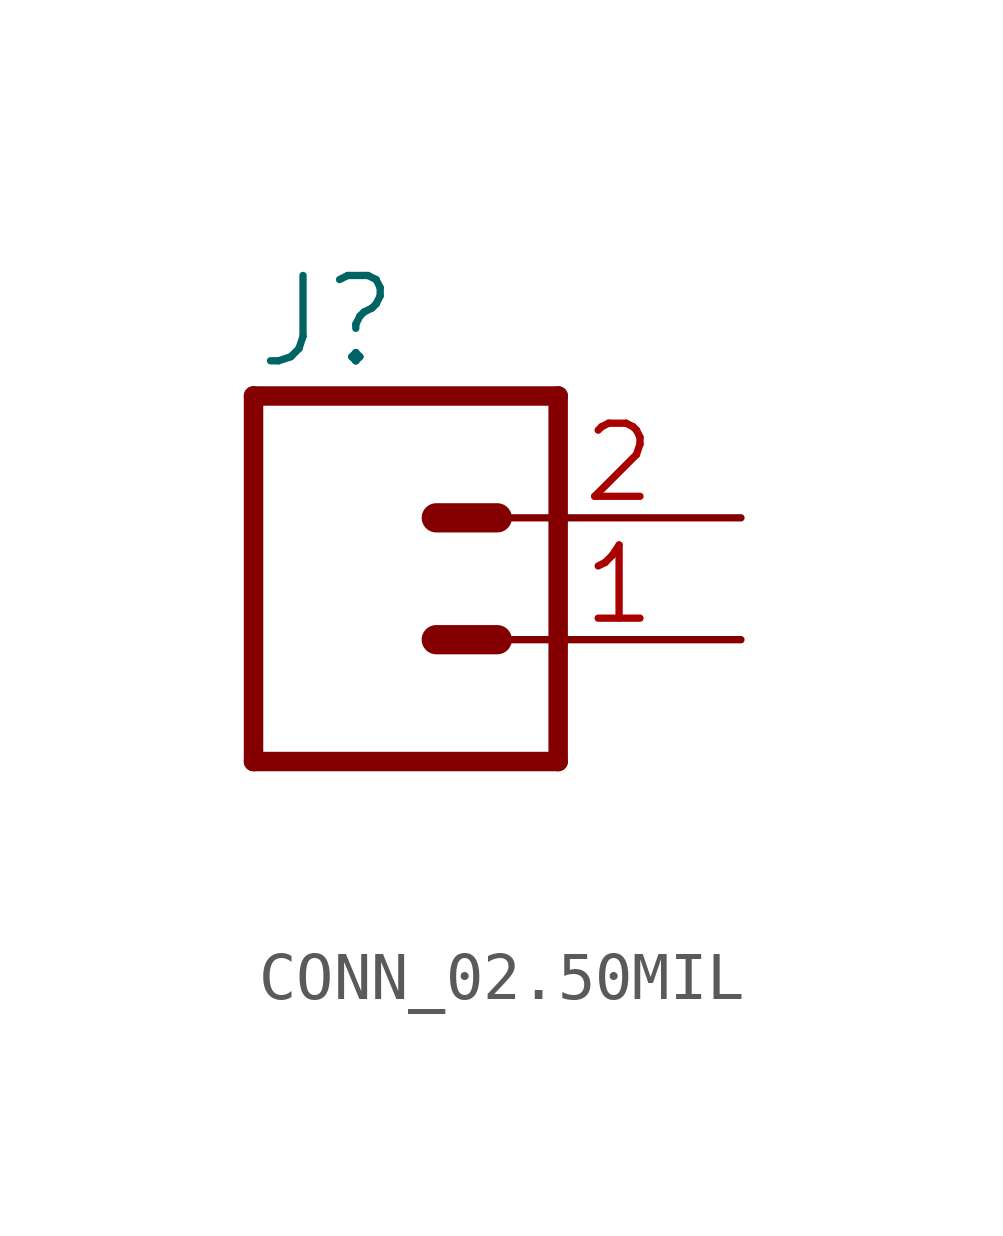
<source format=kicad_sym>
(kicad_symbol_lib
  (version 20241209)
  (generator "kicad_symbol_editor")
  (generator_version "9.0")
  (symbol "CONN_02.50MIL"
    (property "Reference" "J"
      (at -2.54 5.588 0)
      (effects (font (size 1.778 1.778)) (justify left bottom)))
    (property "Value" ""
      (at -2.54 -4.826 0)
      (effects (font (size 1.778 1.778)) (justify left bottom)))
    (property "ki_locked" ""
      (at 0 0 0)
      (effects (font (size 1.27 1.27))))
    (symbol "CONN_02.50MIL_1_0"
      (polyline (pts (xy -2.54 5.08) (xy -2.54 -2.54)) (stroke (width 0.406) (type solid)) (fill (type none)))
      (polyline (pts (xy -2.54 5.08) (xy 3.81 5.08)) (stroke (width 0.406) (type solid)) (fill (type none)))
      (polyline (pts (xy 1.27 2.54) (xy 2.54 2.54)) (stroke (width 0.61) (type solid)) (fill (type none)))
      (polyline (pts (xy 1.27 0) (xy 2.54 0)) (stroke (width 0.61) (type solid)) (fill (type none)))
      (polyline (pts (xy 3.81 -2.54) (xy -2.54 -2.54)) (stroke (width 0.406) (type solid)) (fill (type none)))
      (polyline (pts (xy 3.81 -2.54) (xy 3.81 5.08)) (stroke (width 0.406) (type solid)) (fill (type none)))
      (pin passive line (at 7.62 2.54 180) (length 5.08) (name "2" (effects (font (size 0 0)))) (number "2" (effects (font (size 1.524 1.524)))))
      (pin passive line (at 7.62 0 180) (length 5.08) (name "1" (effects (font (size 0 0)))) (number "1" (effects (font (size 1.524 1.524))))))))
</source>
